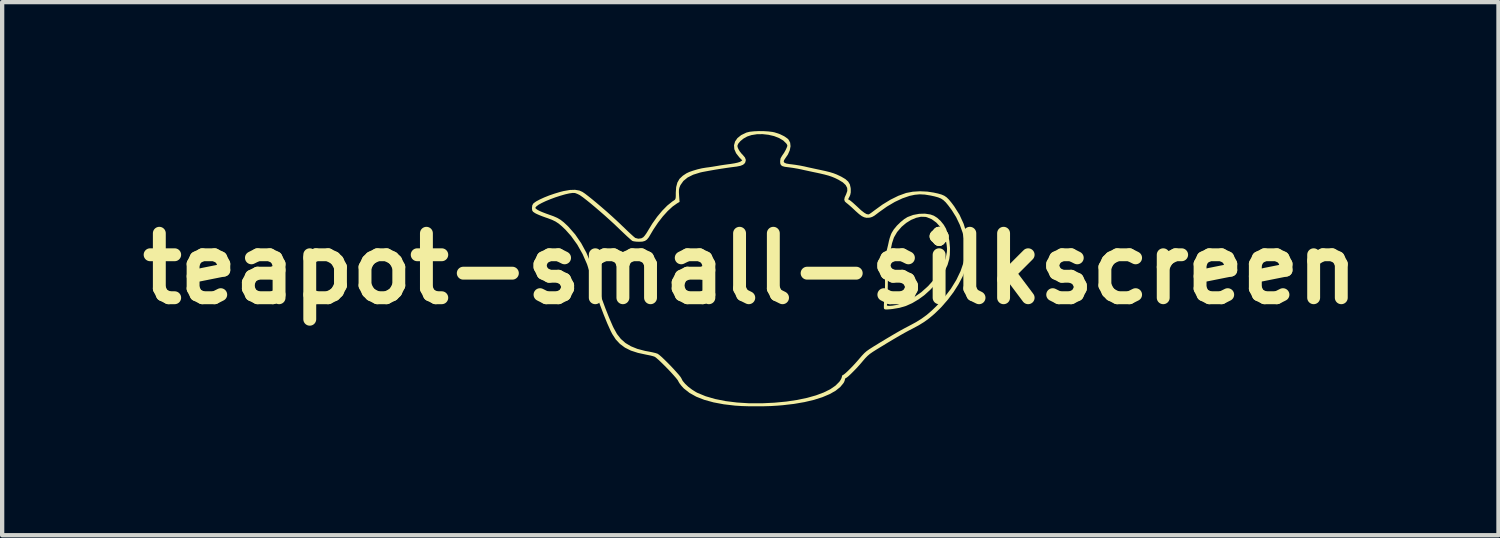
<source format=kicad_pcb>
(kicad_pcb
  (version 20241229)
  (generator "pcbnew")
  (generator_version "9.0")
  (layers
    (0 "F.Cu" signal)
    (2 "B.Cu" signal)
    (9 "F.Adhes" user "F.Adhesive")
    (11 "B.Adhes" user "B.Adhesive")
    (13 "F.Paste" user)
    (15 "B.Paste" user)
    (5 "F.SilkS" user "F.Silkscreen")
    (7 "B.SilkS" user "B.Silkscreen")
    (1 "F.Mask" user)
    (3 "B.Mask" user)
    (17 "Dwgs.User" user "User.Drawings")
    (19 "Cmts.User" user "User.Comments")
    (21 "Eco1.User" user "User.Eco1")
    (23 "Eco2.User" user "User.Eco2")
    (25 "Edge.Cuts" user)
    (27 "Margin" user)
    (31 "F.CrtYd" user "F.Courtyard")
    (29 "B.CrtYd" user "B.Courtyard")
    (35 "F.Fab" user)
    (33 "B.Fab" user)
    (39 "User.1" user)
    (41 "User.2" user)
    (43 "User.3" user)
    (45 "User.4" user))
  (footprint "teapot-small-silkscreen"
    (layer "F.Cu")
    (at 14.407 3.199)
    (property "Reference" "teapot-small-silkscreen" (at 0 0 0) (layer "F.SilkS") (effects (font (size 1.5 1.5) (thickness 0.3))))
    (attr board_only exclude_from_pos_files exclude_from_bom)
    (fp_poly (pts (xy 4.19 -1.259) (xy 4.271 -1.23) (xy 4.35 -1.18) (xy 4.43 -1.106) (xy 4.501 -1.018) (xy 4.553 -0.928) (xy 4.6 -0.795) (xy 4.632 -0.641) (xy 4.646 -0.48) (xy 4.642 -0.321) (xy 4.629 -0.223) (xy 4.589 -0.085) (xy 4.52 0.061) (xy 4.428 0.211) (xy 4.315 0.357) (xy 4.186 0.495) (xy 4.046 0.621) (xy 3.918 0.714) (xy 3.767 0.804) (xy 3.622 0.869) (xy 3.472 0.913) (xy 3.304 0.941) (xy 3.255 0.946) (xy 3.187 0.951) (xy 3.145 0.951) (xy 3.122 0.944) (xy 3.111 0.931) (xy 3.11 0.928) (xy 3.107 0.9) (xy 3.108 0.852) (xy 3.177 0.852) (xy 3.187 0.863) (xy 3.221 0.867) (xy 3.245 0.867) (xy 3.307 0.862) (xy 3.38 0.85) (xy 3.422 0.841) (xy 3.611 0.775) (xy 3.798 0.676) (xy 3.98 0.548) (xy 4.136 0.408) (xy 4.278 0.251) (xy 4.394 0.09) (xy 4.483 -0.073) (xy 4.544 -0.234) (xy 4.574 -0.389) (xy 4.577 -0.457) (xy 4.569 -0.548) (xy 4.549 -0.655) (xy 4.52 -0.762) (xy 4.486 -0.854) (xy 4.484 -0.859) (xy 4.415 -0.975) (xy 4.326 -1.072) (xy 4.221 -1.148) (xy 4.108 -1.195) (xy 4.072 -1.203) (xy 3.97 -1.206) (xy 3.857 -1.181) (xy 3.74 -1.132) (xy 3.625 -1.061) (xy 3.519 -0.971) (xy 3.518 -0.97) (xy 3.415 -0.85) (xy 3.342 -0.725) (xy 3.297 -0.589) (xy 3.292 -0.563) (xy 3.277 -0.492) (xy 3.257 -0.406) (xy 3.238 -0.329) (xy 3.227 -0.287) (xy 3.219 -0.242) (xy 3.213 -0.191) (xy 3.208 -0.129) (xy 3.205 -0.05) (xy 3.202 0.049) (xy 3.201 0.175) (xy 3.2 0.295) (xy 3.198 0.424) (xy 3.196 0.543) (xy 3.193 0.648) (xy 3.19 0.733) (xy 3.187 0.794) (xy 3.183 0.826) (xy 3.182 0.828) (xy 3.177 0.852) (xy 3.108 0.852) (xy 3.108 0.845) (xy 3.112 0.771) (xy 3.119 0.685) (xy 3.121 0.671) (xy 3.132 0.511) (xy 3.135 0.331) (xy 3.131 0.125) (xy 3.131 0.114) (xy 3.127 -0.003) (xy 3.125 -0.092) (xy 3.125 -0.16) (xy 3.128 -0.215) (xy 3.135 -0.262) (xy 3.145 -0.31) (xy 3.159 -0.364) (xy 3.161 -0.373) (xy 3.183 -0.458) (xy 3.204 -0.544) (xy 3.22 -0.617) (xy 3.223 -0.633) (xy 3.243 -0.71) (xy 3.272 -0.793) (xy 3.289 -0.831) (xy 3.339 -0.912) (xy 3.411 -0.999) (xy 3.496 -1.082) (xy 3.583 -1.153) (xy 3.658 -1.199) (xy 3.789 -1.248) (xy 3.927 -1.274) (xy 4.063 -1.278)) (stroke (width 0) (type solid)) (fill yes) (layer "F.SilkS"))
    (fp_poly (pts (xy 0.309 -3.198) (xy 0.42 -3.191) (xy 0.518 -3.179) (xy 0.568 -3.168) (xy 0.688 -3.128) (xy 0.79 -3.078) (xy 0.868 -3.023) (xy 0.891 -2.999) (xy 0.927 -2.93) (xy 0.936 -2.846) (xy 0.918 -2.752) (xy 0.874 -2.653) (xy 0.815 -2.567) (xy 0.784 -2.52) (xy 0.777 -2.486) (xy 0.796 -2.461) (xy 0.843 -2.443) (xy 0.922 -2.43) (xy 0.958 -2.426) (xy 1.05 -2.414) (xy 1.155 -2.397) (xy 1.251 -2.378) (xy 1.26 -2.376) (xy 1.342 -2.357) (xy 1.444 -2.335) (xy 1.55 -2.312) (xy 1.621 -2.297) (xy 1.749 -2.269) (xy 1.85 -2.244) (xy 1.935 -2.218) (xy 2.01 -2.189) (xy 2.085 -2.154) (xy 2.121 -2.136) (xy 2.214 -2.081) (xy 2.277 -2.024) (xy 2.316 -1.959) (xy 2.334 -1.879) (xy 2.337 -1.849) (xy 2.337 -1.772) (xy 2.325 -1.714) (xy 2.309 -1.677) (xy 2.275 -1.612) (xy 2.312 -1.592) (xy 2.339 -1.572) (xy 2.385 -1.534) (xy 2.441 -1.483) (xy 2.489 -1.439) (xy 2.578 -1.356) (xy 2.65 -1.3) (xy 2.704 -1.268) (xy 2.745 -1.26) (xy 2.757 -1.262) (xy 2.782 -1.276) (xy 2.826 -1.307) (xy 2.879 -1.347) (xy 2.887 -1.353) (xy 3.073 -1.488) (xy 3.261 -1.603) (xy 3.443 -1.693) (xy 3.616 -1.756) (xy 3.634 -1.761) (xy 3.782 -1.789) (xy 3.947 -1.799) (xy 4.118 -1.791) (xy 4.263 -1.769) (xy 4.367 -1.746) (xy 4.448 -1.723) (xy 4.513 -1.695) (xy 4.568 -1.657) (xy 4.622 -1.604) (xy 4.682 -1.531) (xy 4.744 -1.448) (xy 4.868 -1.251) (xy 4.964 -1.04) (xy 5.031 -0.821) (xy 5.068 -0.598) (xy 5.074 -0.374) (xy 5.049 -0.153) (xy 5.001 0.031) (xy 4.935 0.194) (xy 4.843 0.367) (xy 4.73 0.545) (xy 4.599 0.719) (xy 4.455 0.885) (xy 4.404 0.938) (xy 4.281 1.056) (xy 4.165 1.154) (xy 4.046 1.241) (xy 3.914 1.322) (xy 3.771 1.399) (xy 3.687 1.442) (xy 3.604 1.487) (xy 3.515 1.537) (xy 3.418 1.593) (xy 3.306 1.659) (xy 3.177 1.736) (xy 3.025 1.829) (xy 2.935 1.884) (xy 2.848 1.939) (xy 2.782 1.985) (xy 2.727 2.032) (xy 2.673 2.087) (xy 2.611 2.159) (xy 2.605 2.167) (xy 2.541 2.241) (xy 2.473 2.316) (xy 2.404 2.387) (xy 2.34 2.451) (xy 2.285 2.502) (xy 2.243 2.536) (xy 2.219 2.549) (xy 2.219 2.549) (xy 2.204 2.563) (xy 2.202 2.579) (xy 2.193 2.614) (xy 2.172 2.658) (xy 2.17 2.661) (xy 2.093 2.755) (xy 1.985 2.842) (xy 1.845 2.921) (xy 1.677 2.992) (xy 1.482 3.054) (xy 1.262 3.106) (xy 1.019 3.148) (xy 0.753 3.179) (xy 0.633 3.189) (xy 0.483 3.198) (xy 0.313 3.203) (xy 0.134 3.204) (xy -0.042 3.203) (xy -0.206 3.198) (xy -0.346 3.189) (xy -0.35 3.189) (xy -0.615 3.158) (xy -0.855 3.113) (xy -1.07 3.054) (xy -1.256 2.981) (xy -1.413 2.894) (xy -1.539 2.795) (xy -1.552 2.783) (xy -1.603 2.727) (xy -1.645 2.673) (xy -1.671 2.631) (xy -1.674 2.622) (xy -1.691 2.593) (xy -1.729 2.545) (xy -1.783 2.483) (xy -1.848 2.411) (xy -1.92 2.335) (xy -1.994 2.26) (xy -2.066 2.189) (xy -2.13 2.128) (xy -2.183 2.082) (xy -2.219 2.055) (xy -2.222 2.053) (xy -2.26 2.039) (xy -2.321 2.023) (xy -2.395 2.008) (xy -2.421 2.003) (xy -2.615 1.961) (xy -2.779 1.908) (xy -2.917 1.839) (xy -3.032 1.754) (xy -3.13 1.649) (xy -3.212 1.523) (xy -3.248 1.453) (xy -3.329 1.273) (xy -3.412 1.069) (xy -3.495 0.85) (xy -3.574 0.625) (xy -3.645 0.404) (xy -3.706 0.197) (xy -3.721 0.139) (xy -3.799 -0.103) (xy -3.902 -0.338) (xy -4.027 -0.559) (xy -4.171 -0.759) (xy -4.3 -0.904) (xy -4.386 -0.986) (xy -4.46 -1.048) (xy -4.534 -1.096) (xy -4.617 -1.136) (xy -4.721 -1.175) (xy -4.761 -1.188) (xy -4.843 -1.218) (xy -4.921 -1.249) (xy -4.983 -1.277) (xy -5.012 -1.293) (xy -5.055 -1.323) (xy -5.074 -1.352) (xy -5.08 -1.394) (xy -5.08 -1.41) (xy -5.079 -1.42) (xy -5 -1.42) (xy -4.999 -1.403) (xy -4.976 -1.384) (xy -4.945 -1.363) (xy -4.899 -1.339) (xy -4.831 -1.31) (xy -4.75 -1.279) (xy -4.691 -1.258) (xy -4.579 -1.218) (xy -4.49 -1.179) (xy -4.414 -1.134) (xy -4.341 -1.077) (xy -4.26 -1.002) (xy -4.231 -0.973) (xy -4.075 -0.795) (xy -3.934 -0.59) (xy -3.813 -0.367) (xy -3.714 -0.13) (xy -3.652 0.069) (xy -3.595 0.271) (xy -3.527 0.489) (xy -3.45 0.713) (xy -3.368 0.935) (xy -3.284 1.145) (xy -3.203 1.333) (xy -3.179 1.383) (xy -3.102 1.522) (xy -3.012 1.637) (xy -2.906 1.731) (xy -2.779 1.807) (xy -2.628 1.868) (xy -2.45 1.915) (xy -2.352 1.933) (xy -2.277 1.948) (xy -2.21 1.964) (xy -2.163 1.979) (xy -2.153 1.984) (xy -2.119 2.008) (xy -2.068 2.052) (xy -2.004 2.112) (xy -1.933 2.182) (xy -1.859 2.257) (xy -1.787 2.333) (xy -1.721 2.406) (xy -1.665 2.469) (xy -1.625 2.519) (xy -1.605 2.551) (xy -1.604 2.553) (xy -1.574 2.612) (xy -1.518 2.679) (xy -1.444 2.749) (xy -1.357 2.815) (xy -1.265 2.873) (xy -1.231 2.891) (xy -1.04 2.97) (xy -0.821 3.034) (xy -0.576 3.083) (xy -0.31 3.116) (xy -0.025 3.134) (xy 0.276 3.134) (xy 0.563 3.12) (xy 0.838 3.094) (xy 1.091 3.056) (xy 1.321 3.008) (xy 1.527 2.95) (xy 1.707 2.883) (xy 1.859 2.808) (xy 1.981 2.724) (xy 2.072 2.633) (xy 2.1 2.592) (xy 2.122 2.548) (xy 2.132 2.512) (xy 2.132 2.51) (xy 2.14 2.484) (xy 2.149 2.479) (xy 2.173 2.467) (xy 2.215 2.433) (xy 2.27 2.382) (xy 2.334 2.319) (xy 2.403 2.247) (xy 2.471 2.172) (xy 2.535 2.099) (xy 2.535 2.098) (xy 2.599 2.024) (xy 2.653 1.967) (xy 2.707 1.92) (xy 2.772 1.874) (xy 2.857 1.82) (xy 2.866 1.814) (xy 3.031 1.713) (xy 3.172 1.628) (xy 3.292 1.557) (xy 3.396 1.496) (xy 3.489 1.443) (xy 3.574 1.396) (xy 3.658 1.352) (xy 3.702 1.329) (xy 3.856 1.246) (xy 3.987 1.164) (xy 4.105 1.078) (xy 4.221 0.978) (xy 4.335 0.868) (xy 4.512 0.673) (xy 4.666 0.471) (xy 4.793 0.265) (xy 4.892 0.059) (xy 4.962 -0.144) (xy 4.995 -0.306) (xy 5.002 -0.47) (xy 4.984 -0.647) (xy 4.941 -0.832) (xy 4.875 -1.017) (xy 4.789 -1.197) (xy 4.685 -1.364) (xy 4.674 -1.378) (xy 4.604 -1.472) (xy 4.546 -1.542) (xy 4.492 -1.593) (xy 4.436 -1.63) (xy 4.369 -1.657) (xy 4.286 -1.68) (xy 4.194 -1.7) (xy 4.059 -1.722) (xy 3.941 -1.728) (xy 3.826 -1.717) (xy 3.704 -1.691) (xy 3.539 -1.634) (xy 3.362 -1.551) (xy 3.179 -1.443) (xy 2.996 -1.313) (xy 2.95 -1.278) (xy 2.886 -1.23) (xy 2.835 -1.202) (xy 2.787 -1.187) (xy 2.758 -1.183) (xy 2.701 -1.182) (xy 2.648 -1.194) (xy 2.593 -1.221) (xy 2.531 -1.267) (xy 2.454 -1.335) (xy 2.427 -1.361) (xy 2.366 -1.418) (xy 2.307 -1.47) (xy 2.26 -1.51) (xy 2.241 -1.524) (xy 2.201 -1.56) (xy 2.186 -1.602) (xy 2.196 -1.656) (xy 2.229 -1.728) (xy 2.257 -1.806) (xy 2.254 -1.877) (xy 2.219 -1.943) (xy 2.152 -2.006) (xy 2.051 -2.067) (xy 1.974 -2.105) (xy 1.9 -2.136) (xy 1.82 -2.163) (xy 1.727 -2.188) (xy 1.612 -2.215) (xy 1.552 -2.228) (xy 1.451 -2.249) (xy 1.345 -2.272) (xy 1.247 -2.293) (xy 1.191 -2.306) (xy 1.097 -2.325) (xy 0.992 -2.343) (xy 0.897 -2.356) (xy 0.888 -2.357) (xy 0.803 -2.368) (xy 0.746 -2.384) (xy 0.713 -2.408) (xy 0.697 -2.446) (xy 0.694 -2.502) (xy 0.694 -2.502) (xy 0.704 -2.565) (xy 0.739 -2.626) (xy 0.746 -2.636) (xy 0.786 -2.694) (xy 0.824 -2.762) (xy 0.834 -2.784) (xy 0.855 -2.832) (xy 0.862 -2.862) (xy 0.854 -2.885) (xy 0.837 -2.911) (xy 0.766 -2.98) (xy 0.668 -3.038) (xy 0.552 -3.083) (xy 0.422 -3.113) (xy 0.287 -3.128) (xy 0.153 -3.126) (xy 0.027 -3.106) (xy -0.073 -3.073) (xy -0.157 -3.026) (xy -0.23 -2.967) (xy -0.28 -2.907) (xy -0.285 -2.897) (xy -0.299 -2.862) (xy -0.297 -2.83) (xy -0.279 -2.784) (xy -0.278 -2.782) (xy -0.247 -2.729) (xy -0.202 -2.672) (xy -0.175 -2.645) (xy -0.124 -2.583) (xy -0.104 -2.527) (xy -0.117 -2.472) (xy -0.13 -2.45) (xy -0.168 -2.416) (xy -0.23 -2.391) (xy -0.321 -2.373) (xy -0.364 -2.368) (xy -0.449 -2.357) (xy -0.555 -2.342) (xy -0.674 -2.324) (xy -0.799 -2.304) (xy -0.92 -2.283) (xy -1.029 -2.263) (xy -1.119 -2.246) (xy -1.17 -2.234) (xy -1.33 -2.184) (xy -1.459 -2.119) (xy -1.557 -2.039) (xy -1.624 -1.944) (xy -1.633 -1.925) (xy -1.651 -1.879) (xy -1.66 -1.833) (xy -1.661 -1.777) (xy -1.657 -1.699) (xy -1.646 -1.551) (xy -1.703 -1.518) (xy -1.809 -1.443) (xy -1.922 -1.339) (xy -2.036 -1.213) (xy -2.148 -1.068) (xy -2.254 -0.91) (xy -2.314 -0.809) (xy -2.362 -0.728) (xy -2.405 -0.675) (xy -2.451 -0.644) (xy -2.508 -0.628) (xy -2.582 -0.624) (xy -2.587 -0.624) (xy -2.654 -0.627) (xy -2.711 -0.634) (xy -2.745 -0.644) (xy -2.768 -0.662) (xy -2.811 -0.7) (xy -2.872 -0.755) (xy -2.944 -0.823) (xy -3.025 -0.9) (xy -3.07 -0.943) (xy -3.164 -1.033) (xy -3.27 -1.13) (xy -3.382 -1.231) (xy -3.497 -1.331) (xy -3.61 -1.428) (xy -3.716 -1.517) (xy -3.812 -1.594) (xy -3.893 -1.657) (xy -3.954 -1.7) (xy -3.97 -1.711) (xy -4.023 -1.737) (xy -4.073 -1.756) (xy -4.079 -1.758) (xy -4.134 -1.76) (xy -4.213 -1.749) (xy -4.31 -1.727) (xy -4.42 -1.695) (xy -4.535 -1.658) (xy -4.65 -1.615) (xy -4.758 -1.571) (xy -4.853 -1.526) (xy -4.929 -1.484) (xy -4.978 -1.446) (xy -4.982 -1.442) (xy -5 -1.42) (xy -5.079 -1.42) (xy -5.073 -1.471) (xy -5.049 -1.513) (xy -5.041 -1.521) (xy -4.984 -1.562) (xy -4.9 -1.607) (xy -4.796 -1.655) (xy -4.678 -1.702) (xy -4.552 -1.745) (xy -4.426 -1.783) (xy -4.347 -1.803) (xy -4.2 -1.829) (xy -4.078 -1.833) (xy -3.977 -1.816) (xy -3.906 -1.784) (xy -3.848 -1.745) (xy -3.77 -1.685) (xy -3.676 -1.61) (xy -3.57 -1.522) (xy -3.456 -1.425) (xy -3.339 -1.324) (xy -3.224 -1.221) (xy -3.115 -1.121) (xy -3.016 -1.028) (xy -3 -1.012) (xy -2.916 -0.932) (xy -2.839 -0.858) (xy -2.772 -0.796) (xy -2.719 -0.748) (xy -2.685 -0.72) (xy -2.676 -0.713) (xy -2.607 -0.695) (xy -2.536 -0.704) (xy -2.492 -0.728) (xy -2.461 -0.761) (xy -2.423 -0.813) (xy -2.385 -0.874) (xy -2.383 -0.878) (xy -2.28 -1.047) (xy -2.168 -1.205) (xy -2.05 -1.346) (xy -1.932 -1.466) (xy -1.817 -1.559) (xy -1.782 -1.582) (xy -1.759 -1.598) (xy -1.745 -1.616) (xy -1.737 -1.644) (xy -1.734 -1.691) (xy -1.734 -1.764) (xy -1.734 -1.767) (xy -1.725 -1.896) (xy -1.697 -2.001) (xy -1.647 -2.088) (xy -1.57 -2.161) (xy -1.485 -2.217) (xy -1.419 -2.248) (xy -1.33 -2.279) (xy -1.229 -2.309) (xy -1.128 -2.333) (xy -1.037 -2.348) (xy -1.031 -2.349) (xy -0.961 -2.358) (xy -0.875 -2.371) (xy -0.791 -2.385) (xy -0.789 -2.385) (xy -0.709 -2.399) (xy -0.611 -2.414) (xy -0.51 -2.428) (xy -0.463 -2.434) (xy -0.375 -2.448) (xy -0.3 -2.464) (xy -0.247 -2.48) (xy -0.231 -2.488) (xy -0.187 -2.517) (xy -0.257 -2.589) (xy -0.331 -2.684) (xy -0.372 -2.778) (xy -0.379 -2.87) (xy -0.354 -2.958) (xy -0.299 -3.037) (xy -0.212 -3.106) (xy -0.096 -3.162) (xy -0.081 -3.167) (xy -0.011 -3.184) (xy 0.084 -3.194) (xy 0.194 -3.199)) (stroke (width 0) (type solid)) (fill yes) (layer "F.SilkS")))
  (gr_rect
    (start -3 -3)
    (end 31.814 9.403)
    (stroke (width 0.1) (type default))
    (fill no)
    (layer "Edge.Cuts")))
</source>
